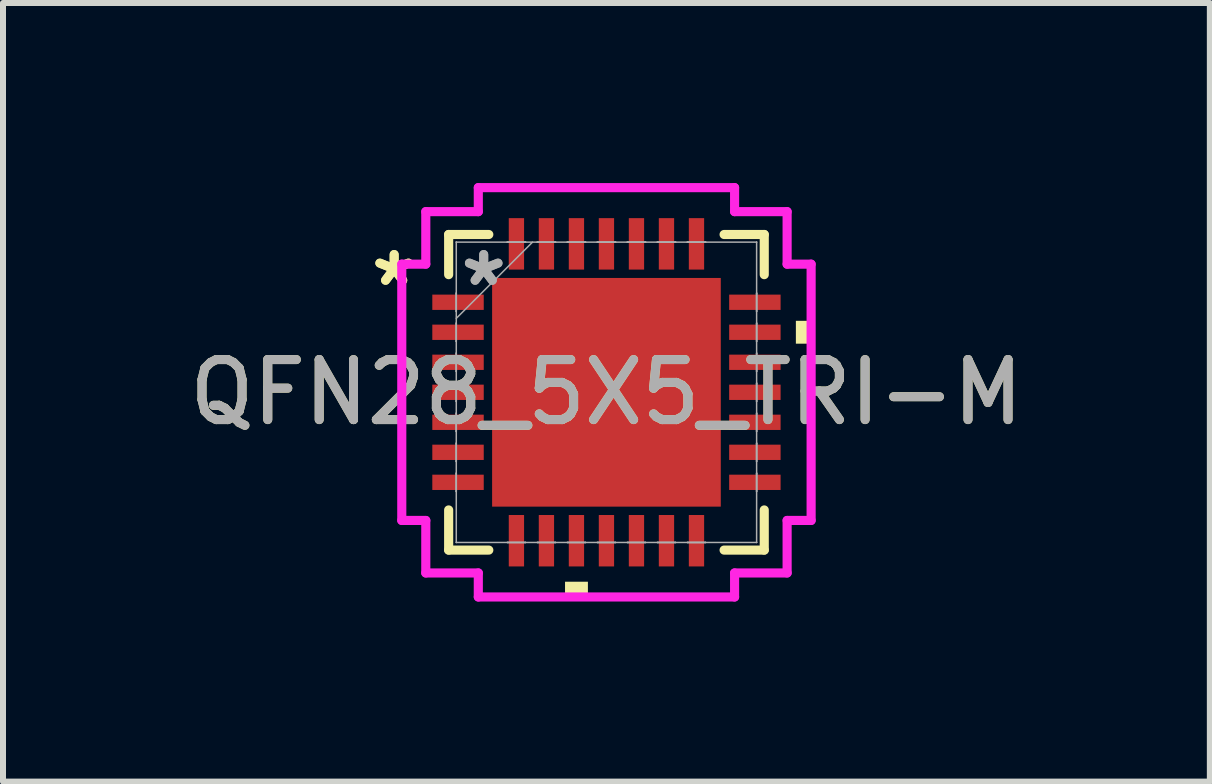
<source format=kicad_pcb>
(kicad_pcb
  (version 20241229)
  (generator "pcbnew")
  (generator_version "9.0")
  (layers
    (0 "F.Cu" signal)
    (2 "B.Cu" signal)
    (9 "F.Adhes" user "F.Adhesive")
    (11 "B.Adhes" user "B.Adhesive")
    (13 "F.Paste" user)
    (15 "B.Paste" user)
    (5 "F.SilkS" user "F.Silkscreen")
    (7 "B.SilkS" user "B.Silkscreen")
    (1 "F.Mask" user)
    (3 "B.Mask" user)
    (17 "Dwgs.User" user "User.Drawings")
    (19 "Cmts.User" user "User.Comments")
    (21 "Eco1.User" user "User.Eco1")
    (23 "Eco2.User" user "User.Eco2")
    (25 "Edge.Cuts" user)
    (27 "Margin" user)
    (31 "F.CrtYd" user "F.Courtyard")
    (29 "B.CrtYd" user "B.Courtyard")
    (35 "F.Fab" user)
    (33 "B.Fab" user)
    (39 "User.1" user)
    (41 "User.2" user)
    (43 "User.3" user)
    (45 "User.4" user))
  (footprint "QFN28_5X5_TRI-M"
    (layer "F.Cu")
    (at 7.054 3.486)
    (property "Reference" "QFN28_5X5_TRI-M" (at 0 0 0) (unlocked yes) (layer "F.SilkS") (effects (font (size 1 1) (thickness 0.15))))
    (attr smd)
    (fp_line (start -2.629 -2.629) (end -2.629 -1.96) (stroke (width 0.152) (type solid)) (layer "F.SilkS"))
    (fp_line (start -2.629 1.96) (end -2.629 2.629) (stroke (width 0.152) (type solid)) (layer "F.SilkS"))
    (fp_line (start -2.629 2.629) (end -1.96 2.629) (stroke (width 0.152) (type solid)) (layer "F.SilkS"))
    (fp_line (start -1.96 -2.629) (end -2.629 -2.629) (stroke (width 0.152) (type solid)) (layer "F.SilkS"))
    (fp_line (start 1.96 2.629) (end 2.629 2.629) (stroke (width 0.152) (type solid)) (layer "F.SilkS"))
    (fp_line (start 2.629 -2.629) (end 1.96 -2.629) (stroke (width 0.152) (type solid)) (layer "F.SilkS"))
    (fp_line (start 2.629 -1.96) (end 2.629 -2.629) (stroke (width 0.152) (type solid)) (layer "F.SilkS"))
    (fp_line (start 2.629 2.629) (end 2.629 1.96) (stroke (width 0.152) (type solid)) (layer "F.SilkS"))
    (fp_poly (pts (xy -0.69 3.156) (xy -0.69 3.41) (xy -0.309 3.41) (xy -0.309 3.156)) (stroke (width 0) (type solid)) (fill yes) (layer "F.SilkS"))
    (fp_poly (pts (xy 3.41 -1.191) (xy 3.41 -0.81) (xy 3.156 -0.81) (xy 3.156 -1.191)) (stroke (width 0) (type solid)) (fill yes) (layer "F.SilkS"))
    (fp_poly (pts (xy -1.805 -1.805) (xy -1.805 -0.735) (xy -0.735 -0.735) (xy -0.735 -1.805)) (stroke (width 0) (type solid)) (fill yes) (layer "F.Paste"))
    (fp_poly (pts (xy -1.805 -0.535) (xy -1.805 0.535) (xy -0.735 0.535) (xy -0.735 -0.535)) (stroke (width 0) (type solid)) (fill yes) (layer "F.Paste"))
    (fp_poly (pts (xy -1.805 0.735) (xy -1.805 1.805) (xy -0.735 1.805) (xy -0.735 0.735)) (stroke (width 0) (type solid)) (fill yes) (layer "F.Paste"))
    (fp_poly (pts (xy -0.535 -1.805) (xy -0.535 -0.735) (xy 0.535 -0.735) (xy 0.535 -1.805)) (stroke (width 0) (type solid)) (fill yes) (layer "F.Paste"))
    (fp_poly (pts (xy -0.535 -0.535) (xy -0.535 0.535) (xy 0.535 0.535) (xy 0.535 -0.535)) (stroke (width 0) (type solid)) (fill yes) (layer "F.Paste"))
    (fp_poly (pts (xy -0.535 0.735) (xy -0.535 1.805) (xy 0.535 1.805) (xy 0.535 0.735)) (stroke (width 0) (type solid)) (fill yes) (layer "F.Paste"))
    (fp_poly (pts (xy 0.735 -1.805) (xy 0.735 -0.735) (xy 1.805 -0.735) (xy 1.805 -1.805)) (stroke (width 0) (type solid)) (fill yes) (layer "F.Paste"))
    (fp_poly (pts (xy 0.735 -0.535) (xy 0.735 0.535) (xy 1.805 0.535) (xy 1.805 -0.535)) (stroke (width 0) (type solid)) (fill yes) (layer "F.Paste"))
    (fp_poly (pts (xy 0.735 0.735) (xy 0.735 1.805) (xy 1.805 1.805) (xy 1.805 0.735)) (stroke (width 0) (type solid)) (fill yes) (layer "F.Paste"))
    (fp_line (start -3.41 -2.135) (end -3.01 -2.135) (stroke (width 0.152) (type solid)) (layer "F.CrtYd"))
    (fp_line (start -3.41 2.135) (end -3.41 -2.135) (stroke (width 0.152) (type solid)) (layer "F.CrtYd"))
    (fp_line (start -3.01 -3.01) (end -2.135 -3.01) (stroke (width 0.152) (type solid)) (layer "F.CrtYd"))
    (fp_line (start -3.01 -2.135) (end -3.01 -3.01) (stroke (width 0.152) (type solid)) (layer "F.CrtYd"))
    (fp_line (start -3.01 2.135) (end -3.41 2.135) (stroke (width 0.152) (type solid)) (layer "F.CrtYd"))
    (fp_line (start -3.01 3.01) (end -3.01 2.135) (stroke (width 0.152) (type solid)) (layer "F.CrtYd"))
    (fp_line (start -2.135 -3.41) (end 2.135 -3.41) (stroke (width 0.152) (type solid)) (layer "F.CrtYd"))
    (fp_line (start -2.135 -3.01) (end -2.135 -3.41) (stroke (width 0.152) (type solid)) (layer "F.CrtYd"))
    (fp_line (start -2.135 3.01) (end -3.01 3.01) (stroke (width 0.152) (type solid)) (layer "F.CrtYd"))
    (fp_line (start -2.135 3.41) (end -2.135 3.01) (stroke (width 0.152) (type solid)) (layer "F.CrtYd"))
    (fp_line (start 2.135 -3.41) (end 2.135 -3.01) (stroke (width 0.152) (type solid)) (layer "F.CrtYd"))
    (fp_line (start 2.135 -3.01) (end 3.01 -3.01) (stroke (width 0.152) (type solid)) (layer "F.CrtYd"))
    (fp_line (start 2.135 3.01) (end 2.135 3.41) (stroke (width 0.152) (type solid)) (layer "F.CrtYd"))
    (fp_line (start 2.135 3.41) (end -2.135 3.41) (stroke (width 0.152) (type solid)) (layer "F.CrtYd"))
    (fp_line (start 3.01 -3.01) (end 3.01 -2.135) (stroke (width 0.152) (type solid)) (layer "F.CrtYd"))
    (fp_line (start 3.01 -2.135) (end 3.41 -2.135) (stroke (width 0.152) (type solid)) (layer "F.CrtYd"))
    (fp_line (start 3.01 2.135) (end 3.01 3.01) (stroke (width 0.152) (type solid)) (layer "F.CrtYd"))
    (fp_line (start 3.01 3.01) (end 2.135 3.01) (stroke (width 0.152) (type solid)) (layer "F.CrtYd"))
    (fp_line (start 3.41 -2.135) (end 3.41 2.135) (stroke (width 0.152) (type solid)) (layer "F.CrtYd"))
    (fp_line (start 3.41 2.135) (end 3.01 2.135) (stroke (width 0.152) (type solid)) (layer "F.CrtYd"))
    (fp_line (start -2.502 -2.502) (end -2.502 -2.502) (stroke (width 0.025) (type solid)) (layer "F.Fab"))
    (fp_line (start -2.502 -2.502) (end -2.502 2.502) (stroke (width 0.025) (type solid)) (layer "F.Fab"))
    (fp_line (start -2.502 -1.652) (end -2.502 -1.652) (stroke (width 0.025) (type solid)) (layer "F.Fab"))
    (fp_line (start -2.502 -1.652) (end -2.502 -1.348) (stroke (width 0.025) (type solid)) (layer "F.Fab"))
    (fp_line (start -2.502 -1.348) (end -2.502 -1.652) (stroke (width 0.025) (type solid)) (layer "F.Fab"))
    (fp_line (start -2.502 -1.348) (end -2.502 -1.348) (stroke (width 0.025) (type solid)) (layer "F.Fab"))
    (fp_line (start -2.502 -1.232) (end -1.232 -2.502) (stroke (width 0.025) (type solid)) (layer "F.Fab"))
    (fp_line (start -2.502 -1.152) (end -2.502 -1.152) (stroke (width 0.025) (type solid)) (layer "F.Fab"))
    (fp_line (start -2.502 -1.152) (end -2.502 -0.848) (stroke (width 0.025) (type solid)) (layer "F.Fab"))
    (fp_line (start -2.502 -0.848) (end -2.502 -1.152) (stroke (width 0.025) (type solid)) (layer "F.Fab"))
    (fp_line (start -2.502 -0.848) (end -2.502 -0.848) (stroke (width 0.025) (type solid)) (layer "F.Fab"))
    (fp_line (start -2.502 -0.652) (end -2.502 -0.652) (stroke (width 0.025) (type solid)) (layer "F.Fab"))
    (fp_line (start -2.502 -0.652) (end -2.502 -0.348) (stroke (width 0.025) (type solid)) (layer "F.Fab"))
    (fp_line (start -2.502 -0.348) (end -2.502 -0.652) (stroke (width 0.025) (type solid)) (layer "F.Fab"))
    (fp_line (start -2.502 -0.348) (end -2.502 -0.348) (stroke (width 0.025) (type solid)) (layer "F.Fab"))
    (fp_line (start -2.502 -0.152) (end -2.502 -0.152) (stroke (width 0.025) (type solid)) (layer "F.Fab"))
    (fp_line (start -2.502 -0.152) (end -2.502 0.152) (stroke (width 0.025) (type solid)) (layer "F.Fab"))
    (fp_line (start -2.502 0.152) (end -2.502 -0.152) (stroke (width 0.025) (type solid)) (layer "F.Fab"))
    (fp_line (start -2.502 0.152) (end -2.502 0.152) (stroke (width 0.025) (type solid)) (layer "F.Fab"))
    (fp_line (start -2.502 0.348) (end -2.502 0.348) (stroke (width 0.025) (type solid)) (layer "F.Fab"))
    (fp_line (start -2.502 0.348) (end -2.502 0.652) (stroke (width 0.025) (type solid)) (layer "F.Fab"))
    (fp_line (start -2.502 0.652) (end -2.502 0.348) (stroke (width 0.025) (type solid)) (layer "F.Fab"))
    (fp_line (start -2.502 0.652) (end -2.502 0.652) (stroke (width 0.025) (type solid)) (layer "F.Fab"))
    (fp_line (start -2.502 0.848) (end -2.502 0.848) (stroke (width 0.025) (type solid)) (layer "F.Fab"))
    (fp_line (start -2.502 0.848) (end -2.502 1.152) (stroke (width 0.025) (type solid)) (layer "F.Fab"))
    (fp_line (start -2.502 1.152) (end -2.502 0.848) (stroke (width 0.025) (type solid)) (layer "F.Fab"))
    (fp_line (start -2.502 1.152) (end -2.502 1.152) (stroke (width 0.025) (type solid)) (layer "F.Fab"))
    (fp_line (start -2.502 1.348) (end -2.502 1.348) (stroke (width 0.025) (type solid)) (layer "F.Fab"))
    (fp_line (start -2.502 1.348) (end -2.502 1.652) (stroke (width 0.025) (type solid)) (layer "F.Fab"))
    (fp_line (start -2.502 1.652) (end -2.502 1.348) (stroke (width 0.025) (type solid)) (layer "F.Fab"))
    (fp_line (start -2.502 1.652) (end -2.502 1.652) (stroke (width 0.025) (type solid)) (layer "F.Fab"))
    (fp_line (start -2.502 2.502) (end -2.502 2.502) (stroke (width 0.025) (type solid)) (layer "F.Fab"))
    (fp_line (start -2.502 2.502) (end 2.502 2.502) (stroke (width 0.025) (type solid)) (layer "F.Fab"))
    (fp_line (start -1.652 -2.502) (end -1.652 -2.502) (stroke (width 0.025) (type solid)) (layer "F.Fab"))
    (fp_line (start -1.652 -2.502) (end -1.348 -2.502) (stroke (width 0.025) (type solid)) (layer "F.Fab"))
    (fp_line (start -1.652 2.502) (end -1.652 2.502) (stroke (width 0.025) (type solid)) (layer "F.Fab"))
    (fp_line (start -1.652 2.502) (end -1.348 2.502) (stroke (width 0.025) (type solid)) (layer "F.Fab"))
    (fp_line (start -1.348 -2.502) (end -1.652 -2.502) (stroke (width 0.025) (type solid)) (layer "F.Fab"))
    (fp_line (start -1.348 -2.502) (end -1.348 -2.502) (stroke (width 0.025) (type solid)) (layer "F.Fab"))
    (fp_line (start -1.348 2.502) (end -1.652 2.502) (stroke (width 0.025) (type solid)) (layer "F.Fab"))
    (fp_line (start -1.348 2.502) (end -1.348 2.502) (stroke (width 0.025) (type solid)) (layer "F.Fab"))
    (fp_line (start -1.152 -2.502) (end -1.152 -2.502) (stroke (width 0.025) (type solid)) (layer "F.Fab"))
    (fp_line (start -1.152 -2.502) (end -0.848 -2.502) (stroke (width 0.025) (type solid)) (layer "F.Fab"))
    (fp_line (start -1.152 2.502) (end -1.152 2.502) (stroke (width 0.025) (type solid)) (layer "F.Fab"))
    (fp_line (start -1.152 2.502) (end -0.848 2.502) (stroke (width 0.025) (type solid)) (layer "F.Fab"))
    (fp_line (start -0.848 -2.502) (end -1.152 -2.502) (stroke (width 0.025) (type solid)) (layer "F.Fab"))
    (fp_line (start -0.848 -2.502) (end -0.848 -2.502) (stroke (width 0.025) (type solid)) (layer "F.Fab"))
    (fp_line (start -0.848 2.502) (end -1.152 2.502) (stroke (width 0.025) (type solid)) (layer "F.Fab"))
    (fp_line (start -0.848 2.502) (end -0.848 2.502) (stroke (width 0.025) (type solid)) (layer "F.Fab"))
    (fp_line (start -0.652 -2.502) (end -0.652 -2.502) (stroke (width 0.025) (type solid)) (layer "F.Fab"))
    (fp_line (start -0.652 -2.502) (end -0.348 -2.502) (stroke (width 0.025) (type solid)) (layer "F.Fab"))
    (fp_line (start -0.652 2.502) (end -0.652 2.502) (stroke (width 0.025) (type solid)) (layer "F.Fab"))
    (fp_line (start -0.652 2.502) (end -0.348 2.502) (stroke (width 0.025) (type solid)) (layer "F.Fab"))
    (fp_line (start -0.348 -2.502) (end -0.652 -2.502) (stroke (width 0.025) (type solid)) (layer "F.Fab"))
    (fp_line (start -0.348 -2.502) (end -0.348 -2.502) (stroke (width 0.025) (type solid)) (layer "F.Fab"))
    (fp_line (start -0.348 2.502) (end -0.652 2.502) (stroke (width 0.025) (type solid)) (layer "F.Fab"))
    (fp_line (start -0.348 2.502) (end -0.348 2.502) (stroke (width 0.025) (type solid)) (layer "F.Fab"))
    (fp_line (start -0.152 -2.502) (end -0.152 -2.502) (stroke (width 0.025) (type solid)) (layer "F.Fab"))
    (fp_line (start -0.152 -2.502) (end 0.152 -2.502) (stroke (width 0.025) (type solid)) (layer "F.Fab"))
    (fp_line (start -0.152 2.502) (end -0.152 2.502) (stroke (width 0.025) (type solid)) (layer "F.Fab"))
    (fp_line (start -0.152 2.502) (end 0.152 2.502) (stroke (width 0.025) (type solid)) (layer "F.Fab"))
    (fp_line (start 0.152 -2.502) (end -0.152 -2.502) (stroke (width 0.025) (type solid)) (layer "F.Fab"))
    (fp_line (start 0.152 -2.502) (end 0.152 -2.502) (stroke (width 0.025) (type solid)) (layer "F.Fab"))
    (fp_line (start 0.152 2.502) (end -0.152 2.502) (stroke (width 0.025) (type solid)) (layer "F.Fab"))
    (fp_line (start 0.152 2.502) (end 0.152 2.502) (stroke (width 0.025) (type solid)) (layer "F.Fab"))
    (fp_line (start 0.348 -2.502) (end 0.348 -2.502) (stroke (width 0.025) (type solid)) (layer "F.Fab"))
    (fp_line (start 0.348 -2.502) (end 0.652 -2.502) (stroke (width 0.025) (type solid)) (layer "F.Fab"))
    (fp_line (start 0.348 2.502) (end 0.348 2.502) (stroke (width 0.025) (type solid)) (layer "F.Fab"))
    (fp_line (start 0.348 2.502) (end 0.652 2.502) (stroke (width 0.025) (type solid)) (layer "F.Fab"))
    (fp_line (start 0.652 -2.502) (end 0.348 -2.502) (stroke (width 0.025) (type solid)) (layer "F.Fab"))
    (fp_line (start 0.652 -2.502) (end 0.652 -2.502) (stroke (width 0.025) (type solid)) (layer "F.Fab"))
    (fp_line (start 0.652 2.502) (end 0.348 2.502) (stroke (width 0.025) (type solid)) (layer "F.Fab"))
    (fp_line (start 0.652 2.502) (end 0.652 2.502) (stroke (width 0.025) (type solid)) (layer "F.Fab"))
    (fp_line (start 0.848 -2.502) (end 0.848 -2.502) (stroke (width 0.025) (type solid)) (layer "F.Fab"))
    (fp_line (start 0.848 -2.502) (end 1.152 -2.502) (stroke (width 0.025) (type solid)) (layer "F.Fab"))
    (fp_line (start 0.848 2.502) (end 0.848 2.502) (stroke (width 0.025) (type solid)) (layer "F.Fab"))
    (fp_line (start 0.848 2.502) (end 1.152 2.502) (stroke (width 0.025) (type solid)) (layer "F.Fab"))
    (fp_line (start 1.152 -2.502) (end 0.848 -2.502) (stroke (width 0.025) (type solid)) (layer "F.Fab"))
    (fp_line (start 1.152 -2.502) (end 1.152 -2.502) (stroke (width 0.025) (type solid)) (layer "F.Fab"))
    (fp_line (start 1.152 2.502) (end 0.848 2.502) (stroke (width 0.025) (type solid)) (layer "F.Fab"))
    (fp_line (start 1.152 2.502) (end 1.152 2.502) (stroke (width 0.025) (type solid)) (layer "F.Fab"))
    (fp_line (start 1.348 -2.502) (end 1.348 -2.502) (stroke (width 0.025) (type solid)) (layer "F.Fab"))
    (fp_line (start 1.348 -2.502) (end 1.652 -2.502) (stroke (width 0.025) (type solid)) (layer "F.Fab"))
    (fp_line (start 1.348 2.502) (end 1.348 2.502) (stroke (width 0.025) (type solid)) (layer "F.Fab"))
    (fp_line (start 1.348 2.502) (end 1.652 2.502) (stroke (width 0.025) (type solid)) (layer "F.Fab"))
    (fp_line (start 1.652 -2.502) (end 1.348 -2.502) (stroke (width 0.025) (type solid)) (layer "F.Fab"))
    (fp_line (start 1.652 -2.502) (end 1.652 -2.502) (stroke (width 0.025) (type solid)) (layer "F.Fab"))
    (fp_line (start 1.652 2.502) (end 1.348 2.502) (stroke (width 0.025) (type solid)) (layer "F.Fab"))
    (fp_line (start 1.652 2.502) (end 1.652 2.502) (stroke (width 0.025) (type solid)) (layer "F.Fab"))
    (fp_line (start 2.502 -2.502) (end -2.502 -2.502) (stroke (width 0.025) (type solid)) (layer "F.Fab"))
    (fp_line (start 2.502 -2.502) (end 2.502 -2.502) (stroke (width 0.025) (type solid)) (layer "F.Fab"))
    (fp_line (start 2.502 -1.652) (end 2.502 -1.652) (stroke (width 0.025) (type solid)) (layer "F.Fab"))
    (fp_line (start 2.502 -1.652) (end 2.502 -1.348) (stroke (width 0.025) (type solid)) (layer "F.Fab"))
    (fp_line (start 2.502 -1.348) (end 2.502 -1.652) (stroke (width 0.025) (type solid)) (layer "F.Fab"))
    (fp_line (start 2.502 -1.348) (end 2.502 -1.348) (stroke (width 0.025) (type solid)) (layer "F.Fab"))
    (fp_line (start 2.502 -1.152) (end 2.502 -1.152) (stroke (width 0.025) (type solid)) (layer "F.Fab"))
    (fp_line (start 2.502 -1.152) (end 2.502 -0.848) (stroke (width 0.025) (type solid)) (layer "F.Fab"))
    (fp_line (start 2.502 -0.848) (end 2.502 -1.152) (stroke (width 0.025) (type solid)) (layer "F.Fab"))
    (fp_line (start 2.502 -0.848) (end 2.502 -0.848) (stroke (width 0.025) (type solid)) (layer "F.Fab"))
    (fp_line (start 2.502 -0.652) (end 2.502 -0.652) (stroke (width 0.025) (type solid)) (layer "F.Fab"))
    (fp_line (start 2.502 -0.652) (end 2.502 -0.348) (stroke (width 0.025) (type solid)) (layer "F.Fab"))
    (fp_line (start 2.502 -0.348) (end 2.502 -0.652) (stroke (width 0.025) (type solid)) (layer "F.Fab"))
    (fp_line (start 2.502 -0.348) (end 2.502 -0.348) (stroke (width 0.025) (type solid)) (layer "F.Fab"))
    (fp_line (start 2.502 -0.152) (end 2.502 -0.152) (stroke (width 0.025) (type solid)) (layer "F.Fab"))
    (fp_line (start 2.502 -0.152) (end 2.502 0.152) (stroke (width 0.025) (type solid)) (layer "F.Fab"))
    (fp_line (start 2.502 0.152) (end 2.502 -0.152) (stroke (width 0.025) (type solid)) (layer "F.Fab"))
    (fp_line (start 2.502 0.152) (end 2.502 0.152) (stroke (width 0.025) (type solid)) (layer "F.Fab"))
    (fp_line (start 2.502 0.348) (end 2.502 0.348) (stroke (width 0.025) (type solid)) (layer "F.Fab"))
    (fp_line (start 2.502 0.348) (end 2.502 0.652) (stroke (width 0.025) (type solid)) (layer "F.Fab"))
    (fp_line (start 2.502 0.652) (end 2.502 0.348) (stroke (width 0.025) (type solid)) (layer "F.Fab"))
    (fp_line (start 2.502 0.652) (end 2.502 0.652) (stroke (width 0.025) (type solid)) (layer "F.Fab"))
    (fp_line (start 2.502 0.848) (end 2.502 0.848) (stroke (width 0.025) (type solid)) (layer "F.Fab"))
    (fp_line (start 2.502 0.848) (end 2.502 1.152) (stroke (width 0.025) (type solid)) (layer "F.Fab"))
    (fp_line (start 2.502 1.152) (end 2.502 0.848) (stroke (width 0.025) (type solid)) (layer "F.Fab"))
    (fp_line (start 2.502 1.152) (end 2.502 1.152) (stroke (width 0.025) (type solid)) (layer "F.Fab"))
    (fp_line (start 2.502 1.348) (end 2.502 1.348) (stroke (width 0.025) (type solid)) (layer "F.Fab"))
    (fp_line (start 2.502 1.348) (end 2.502 1.652) (stroke (width 0.025) (type solid)) (layer "F.Fab"))
    (fp_line (start 2.502 1.652) (end 2.502 1.348) (stroke (width 0.025) (type solid)) (layer "F.Fab"))
    (fp_line (start 2.502 1.652) (end 2.502 1.652) (stroke (width 0.025) (type solid)) (layer "F.Fab"))
    (fp_line (start 2.502 2.502) (end 2.502 -2.502) (stroke (width 0.025) (type solid)) (layer "F.Fab"))
    (fp_line (start 2.502 2.502) (end 2.502 2.502) (stroke (width 0.025) (type solid)) (layer "F.Fab"))
    (fp_text user "*" (at -3.537 -1.75 0) (unlocked yes) (layer "F.SilkS") (effects (font (size 1 1) (thickness 0.15))))
    (fp_text user "*" (at -3.537 -1.75 0) (layer "F.SilkS") (effects (font (size 1 1) (thickness 0.15))))
    (fp_text user "*" (at -2.045 -1.75 0) (unlocked yes) (layer "F.Fab") (effects (font (size 1 1) (thickness 0.15))))
    (fp_text user "*" (at -2.045 -1.75 0) (layer "F.Fab") (effects (font (size 1 1) (thickness 0.15))))
    (fp_text user "${REFERENCE}" (at 0 0 0) (unlocked yes) (layer "F.Fab") (effects (font (size 1 1) (thickness 0.15))))
    (pad "1" smd rect (at -2.473 -1.5 90) (size 0.255 0.857) (layers "F.Cu" "F.Mask" "F.Paste"))
    (pad "2" smd rect (at -2.473 -1 90) (size 0.255 0.857) (layers "F.Cu" "F.Mask" "F.Paste"))
    (pad "3" smd rect (at -2.473 -0.5 90) (size 0.255 0.857) (layers "F.Cu" "F.Mask" "F.Paste"))
    (pad "4" smd rect (at -2.473 0 90) (size 0.255 0.857) (layers "F.Cu" "F.Mask" "F.Paste"))
    (pad "5" smd rect (at -2.473 0.5 90) (size 0.255 0.857) (layers "F.Cu" "F.Mask" "F.Paste"))
    (pad "6" smd rect (at -2.473 1 90) (size 0.255 0.857) (layers "F.Cu" "F.Mask" "F.Paste"))
    (pad "7" smd rect (at -2.473 1.5 90) (size 0.255 0.857) (layers "F.Cu" "F.Mask" "F.Paste"))
    (pad "8" smd rect (at -1.5 2.473) (size 0.255 0.857) (layers "F.Cu" "F.Mask" "F.Paste"))
    (pad "9" smd rect (at -1 2.473) (size 0.255 0.857) (layers "F.Cu" "F.Mask" "F.Paste"))
    (pad "10" smd rect (at -0.5 2.473) (size 0.255 0.857) (layers "F.Cu" "F.Mask" "F.Paste"))
    (pad "11" smd rect (at 0 2.473) (size 0.255 0.857) (layers "F.Cu" "F.Mask" "F.Paste"))
    (pad "12" smd rect (at 0.5 2.473) (size 0.255 0.857) (layers "F.Cu" "F.Mask" "F.Paste"))
    (pad "13" smd rect (at 1 2.473) (size 0.255 0.857) (layers "F.Cu" "F.Mask" "F.Paste"))
    (pad "14" smd rect (at 1.5 2.473) (size 0.255 0.857) (layers "F.Cu" "F.Mask" "F.Paste"))
    (pad "15" smd rect (at 2.473 1.5 90) (size 0.255 0.857) (layers "F.Cu" "F.Mask" "F.Paste"))
    (pad "16" smd rect (at 2.473 1 90) (size 0.255 0.857) (layers "F.Cu" "F.Mask" "F.Paste"))
    (pad "17" smd rect (at 2.473 0.5 90) (size 0.255 0.857) (layers "F.Cu" "F.Mask" "F.Paste"))
    (pad "18" smd rect (at 2.473 0 90) (size 0.255 0.857) (layers "F.Cu" "F.Mask" "F.Paste"))
    (pad "19" smd rect (at 2.473 -0.5 90) (size 0.255 0.857) (layers "F.Cu" "F.Mask" "F.Paste"))
    (pad "20" smd rect (at 2.473 -1 90) (size 0.255 0.857) (layers "F.Cu" "F.Mask" "F.Paste"))
    (pad "21" smd rect (at 2.473 -1.5 90) (size 0.255 0.857) (layers "F.Cu" "F.Mask" "F.Paste"))
    (pad "22" smd rect (at 1.5 -2.473) (size 0.255 0.857) (layers "F.Cu" "F.Mask" "F.Paste"))
    (pad "23" smd rect (at 1 -2.473) (size 0.255 0.857) (layers "F.Cu" "F.Mask" "F.Paste"))
    (pad "24" smd rect (at 0.5 -2.473) (size 0.255 0.857) (layers "F.Cu" "F.Mask" "F.Paste"))
    (pad "25" smd rect (at 0 -2.473) (size 0.255 0.857) (layers "F.Cu" "F.Mask" "F.Paste"))
    (pad "26" smd rect (at -0.5 -2.473) (size 0.255 0.857) (layers "F.Cu" "F.Mask" "F.Paste"))
    (pad "27" smd rect (at -1 -2.473) (size 0.255 0.857) (layers "F.Cu" "F.Mask" "F.Paste"))
    (pad "28" smd rect (at -1.5 -2.473) (size 0.255 0.857) (layers "F.Cu" "F.Mask" "F.Paste"))
    (pad "29" smd rect (at 0 0) (size 3.81 3.81) (layers "F.Cu" "F.Mask" "F.Paste")))
  (gr_rect
    (start -3 -3)
    (end 17.107 9.972)
    (stroke (width 0.1) (type default))
    (fill no)
    (layer "Edge.Cuts")))
</source>
